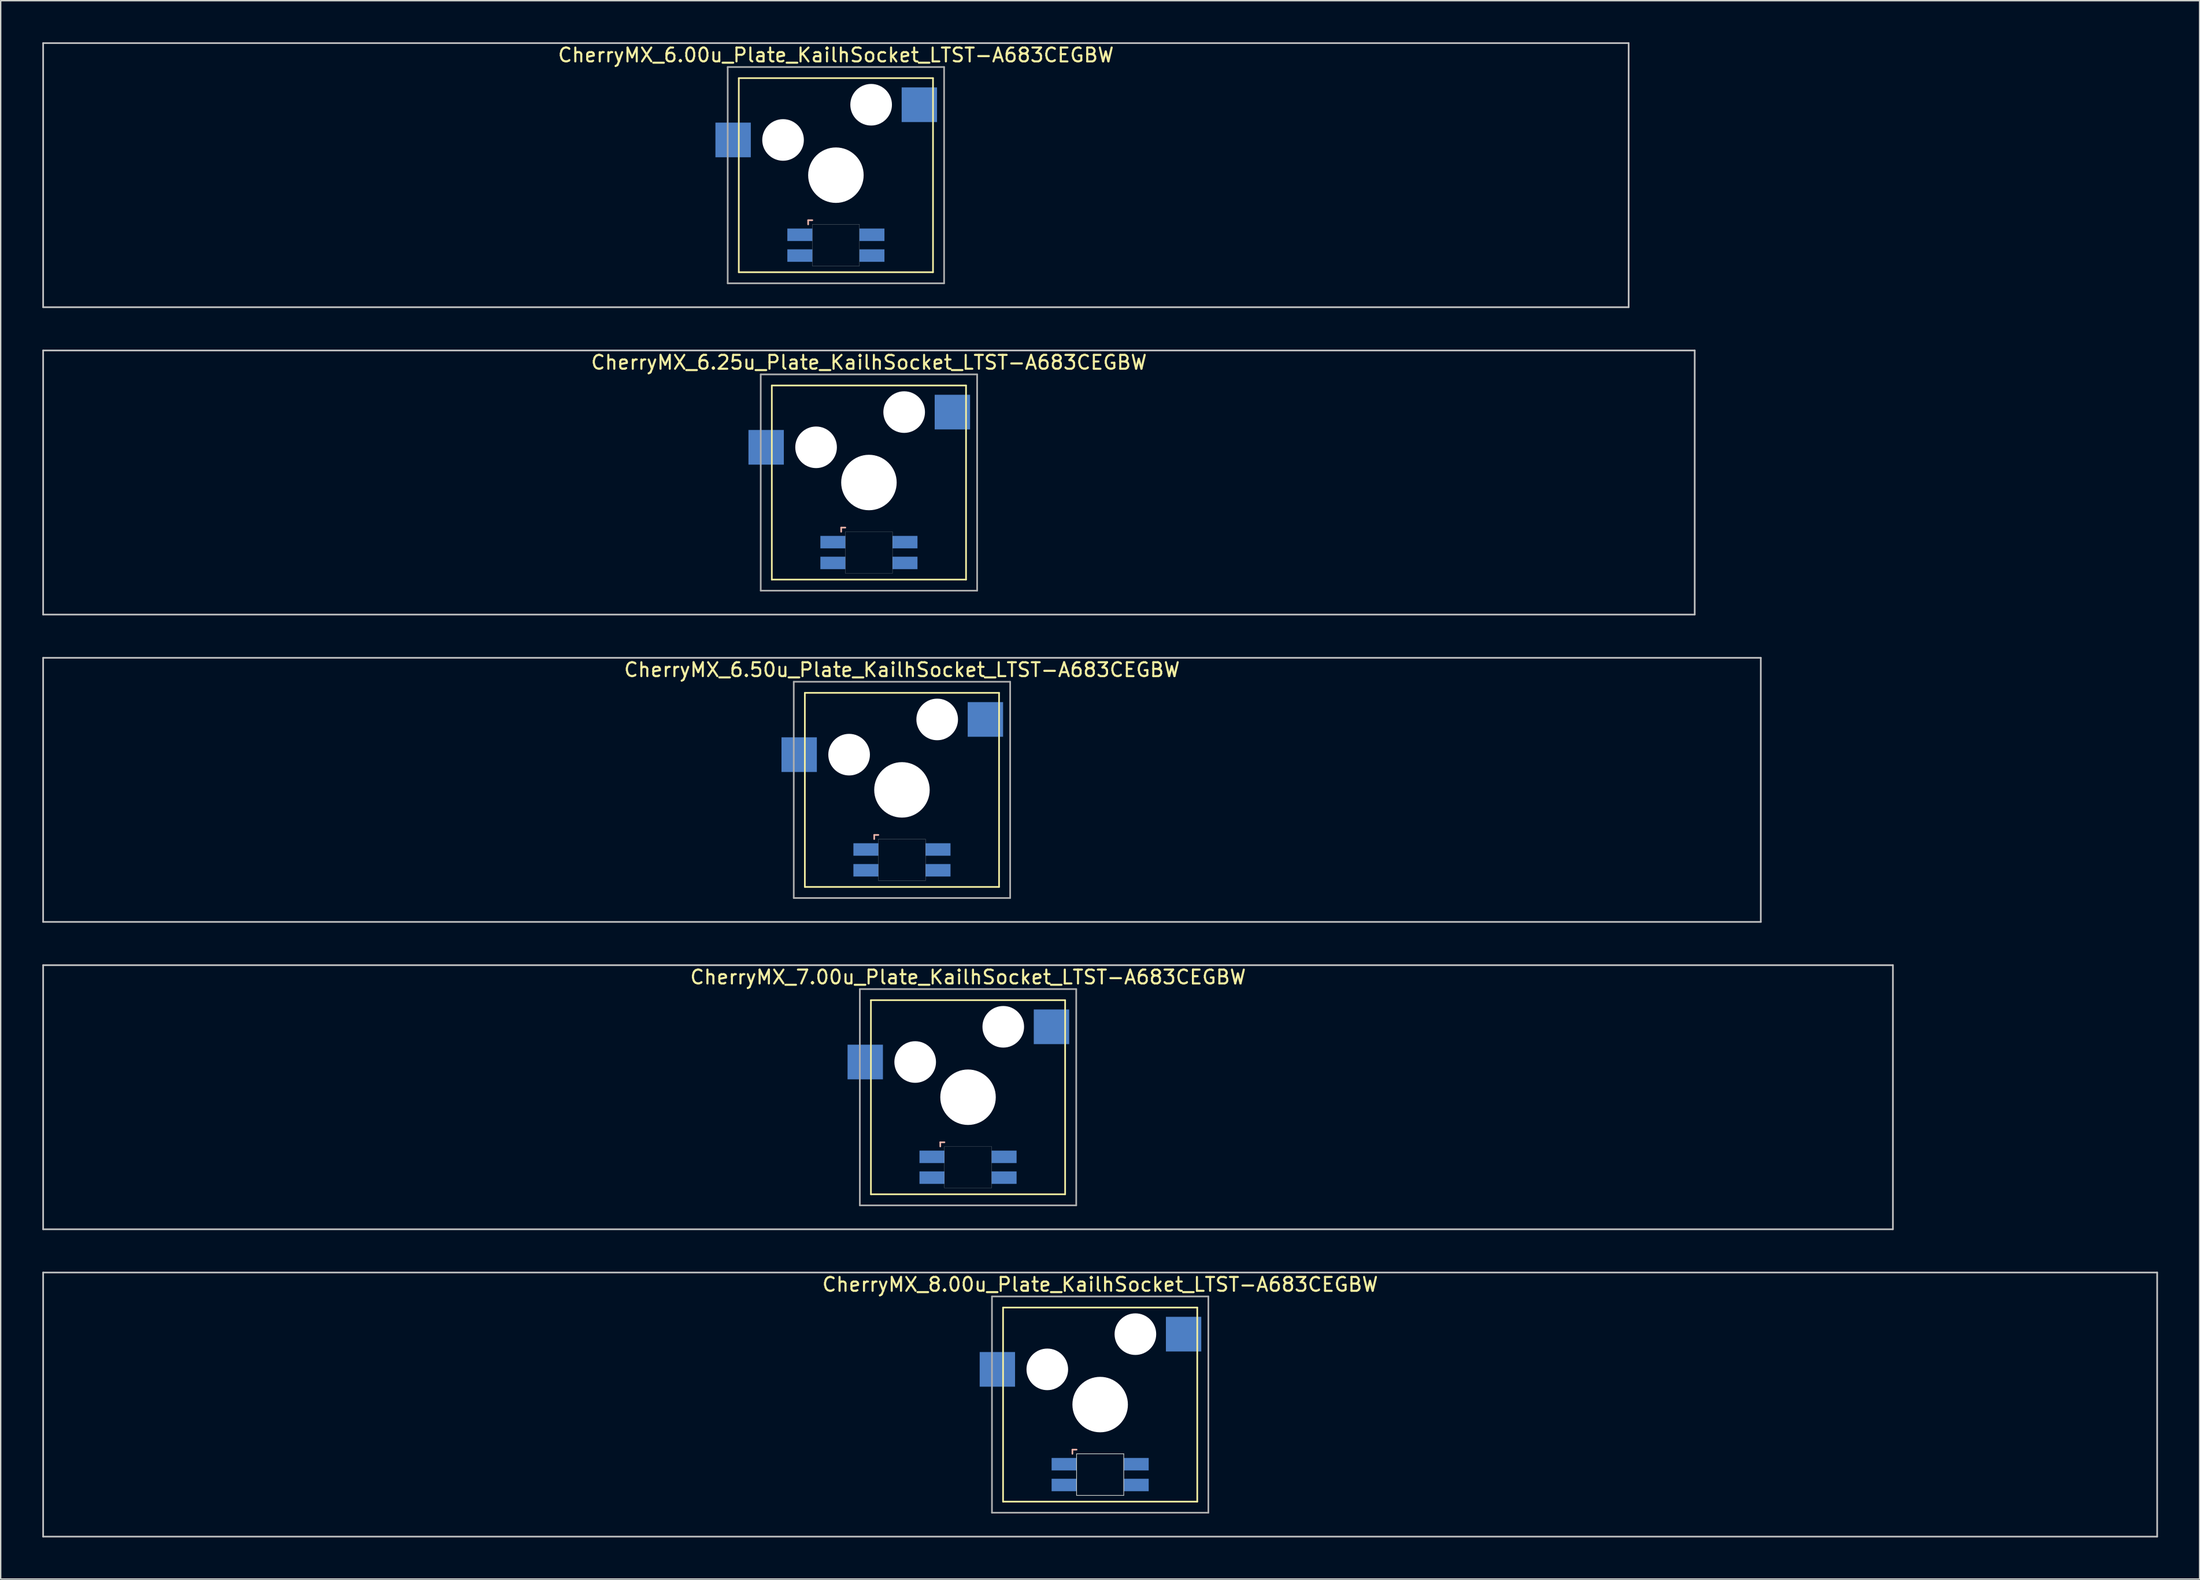
<source format=kicad_pcb>
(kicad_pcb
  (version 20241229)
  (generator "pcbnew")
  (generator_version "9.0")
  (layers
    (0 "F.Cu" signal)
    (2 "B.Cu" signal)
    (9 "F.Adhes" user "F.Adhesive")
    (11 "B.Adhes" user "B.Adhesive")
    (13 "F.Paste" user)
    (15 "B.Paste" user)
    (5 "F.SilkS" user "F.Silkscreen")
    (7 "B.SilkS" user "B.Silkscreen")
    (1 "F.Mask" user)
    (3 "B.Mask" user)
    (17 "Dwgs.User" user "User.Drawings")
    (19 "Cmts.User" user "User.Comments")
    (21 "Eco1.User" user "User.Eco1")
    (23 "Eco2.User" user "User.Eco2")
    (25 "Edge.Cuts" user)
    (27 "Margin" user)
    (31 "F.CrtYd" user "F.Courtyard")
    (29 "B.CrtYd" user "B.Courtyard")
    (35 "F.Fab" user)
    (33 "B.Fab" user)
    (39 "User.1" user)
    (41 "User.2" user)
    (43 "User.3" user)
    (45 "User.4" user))
  (footprint "CherryMX_8.00u_Plate_KailhSocket_LTST-A683CEGBW"
    (layer "F.Cu")
    (at 76.26 98.265)
    (property "Reference" "CherryMX_8.00u_Plate_KailhSocket_LTST-A683CEGBW" (at 0 -8.662 0) (layer "F.SilkS") (effects (font (size 1 1) (thickness 0.15))))
    (attr through_hole)
    (fp_line (start -7 -7) (end -7 7) (stroke (width 0.12) (type solid)) (layer "F.SilkS"))
    (fp_line (start -7 -7) (end 7 -7) (stroke (width 0.12) (type solid)) (layer "F.SilkS"))
    (fp_line (start 7 -7) (end 7 7) (stroke (width 0.12) (type solid)) (layer "F.SilkS"))
    (fp_line (start 7 7) (end -7 7) (stroke (width 0.12) (type solid)) (layer "F.SilkS"))
    (fp_line (start -2 3.25) (end -2 3.55) (stroke (width 0.12) (type solid)) (layer "B.SilkS"))
    (fp_line (start -1.7 3.25) (end -2 3.25) (stroke (width 0.12) (type solid)) (layer "B.SilkS"))
    (fp_line (start -76.2 -9.525) (end 76.2 -9.525) (stroke (width 0.12) (type solid)) (layer "Dwgs.User"))
    (fp_line (start -76.2 9.525) (end -76.2 -9.525) (stroke (width 0.12) (type solid)) (layer "Dwgs.User"))
    (fp_line (start 76.2 -9.525) (end 76.2 9.525) (stroke (width 0.12) (type solid)) (layer "Dwgs.User"))
    (fp_line (start 76.2 9.525) (end -76.2 9.525) (stroke (width 0.12) (type solid)) (layer "Dwgs.User"))
    (fp_line (start -1.7 3.55) (end 1.7 3.55) (stroke (width 0.05) (type solid)) (layer "Edge.Cuts"))
    (fp_line (start -1.7 6.55) (end -1.7 3.55) (stroke (width 0.05) (type solid)) (layer "Edge.Cuts"))
    (fp_line (start 1.7 3.55) (end 1.7 6.55) (stroke (width 0.05) (type solid)) (layer "Edge.Cuts"))
    (fp_line (start 1.7 6.55) (end -1.7 6.55) (stroke (width 0.05) (type solid)) (layer "Edge.Cuts"))
    (fp_line (start -7.8 -7.8) (end -7.8 7.8) (stroke (width 0.12) (type solid)) (layer "F.Fab"))
    (fp_line (start -7.8 -7.8) (end 7.8 -7.8) (stroke (width 0.12) (type solid)) (layer "F.Fab"))
    (fp_line (start -7.8 7.8) (end 7.8 7.8) (stroke (width 0.12) (type solid)) (layer "F.Fab"))
    (fp_line (start 7.8 -7.8) (end 7.8 7.8) (stroke (width 0.12) (type solid)) (layer "F.Fab"))
    (pad "" np_thru_hole circle (at -3.81 -2.54) (size 3 3) (drill 3) (layers "*.Cu" "*.Mask"))
    (pad "" np_thru_hole circle (at 0 0) (size 4 4) (drill 4) (layers "*.Cu" "*.Mask"))
    (pad "" np_thru_hole circle (at 2.54 -5.08) (size 3 3) (drill 3) (layers "*.Cu" "*.Mask"))
    (pad "1" smd rect (at -7.41 -2.54) (size 2.55 2.5) (layers "B.Cu" "B.Mask" "B.Paste"))
    (pad "2" smd rect (at 6.015 -5.08) (size 2.55 2.5) (layers "B.Cu" "B.Mask" "B.Paste"))
    (pad "3" smd rect (at -2.6 4.3) (size 1.8 0.9) (layers "B.Cu" "B.Mask" "B.Paste"))
    (pad "4" smd rect (at -2.6 5.8) (size 1.8 0.9) (layers "B.Cu" "B.Mask" "B.Paste"))
    (pad "5" smd rect (at 2.6 4.3) (size 1.8 0.9) (layers "B.Cu" "B.Mask" "B.Paste"))
    (pad "6" smd rect (at 2.6 5.8) (size 1.8 0.9) (layers "B.Cu" "B.Mask" "B.Paste")))
  (footprint "CherryMX_6.00u_Plate_KailhSocket_LTST-A683CEGBW"
    (layer "F.Cu")
    (at 57.21 9.585)
    (property "Reference" "CherryMX_6.00u_Plate_KailhSocket_LTST-A683CEGBW" (at 0 -8.662 0) (layer "F.SilkS") (effects (font (size 1 1) (thickness 0.15))))
    (attr through_hole)
    (fp_line (start -7 -7) (end -7 7) (stroke (width 0.12) (type solid)) (layer "F.SilkS"))
    (fp_line (start -7 -7) (end 7 -7) (stroke (width 0.12) (type solid)) (layer "F.SilkS"))
    (fp_line (start 7 -7) (end 7 7) (stroke (width 0.12) (type solid)) (layer "F.SilkS"))
    (fp_line (start 7 7) (end -7 7) (stroke (width 0.12) (type solid)) (layer "F.SilkS"))
    (fp_line (start -2 3.25) (end -2 3.55) (stroke (width 0.12) (type solid)) (layer "B.SilkS"))
    (fp_line (start -1.7 3.25) (end -2 3.25) (stroke (width 0.12) (type solid)) (layer "B.SilkS"))
    (fp_line (start -57.15 -9.525) (end 57.15 -9.525) (stroke (width 0.12) (type solid)) (layer "Dwgs.User"))
    (fp_line (start -57.15 9.525) (end -57.15 -9.525) (stroke (width 0.12) (type solid)) (layer "Dwgs.User"))
    (fp_line (start 57.15 -9.525) (end 57.15 9.525) (stroke (width 0.12) (type solid)) (layer "Dwgs.User"))
    (fp_line (start 57.15 9.525) (end -57.15 9.525) (stroke (width 0.12) (type solid)) (layer "Dwgs.User"))
    (fp_poly (pts (xy 1.7 6.55) (xy -1.7 6.55) (xy -1.7 3.55) (xy 1.7 3.55)) (stroke (width 0.01) (type solid)) (fill no) (layer "Edge.Cuts"))
    (fp_line (start -7.8 -7.8) (end -7.8 7.8) (stroke (width 0.12) (type solid)) (layer "F.Fab"))
    (fp_line (start -7.8 -7.8) (end 7.8 -7.8) (stroke (width 0.12) (type solid)) (layer "F.Fab"))
    (fp_line (start -7.8 7.8) (end 7.8 7.8) (stroke (width 0.12) (type solid)) (layer "F.Fab"))
    (fp_line (start 7.8 -7.8) (end 7.8 7.8) (stroke (width 0.12) (type solid)) (layer "F.Fab"))
    (pad "" np_thru_hole circle (at -3.81 -2.54) (size 3 3) (drill 3) (layers "*.Cu" "*.Mask"))
    (pad "" np_thru_hole circle (at 0 0) (size 4 4) (drill 4) (layers "*.Cu" "*.Mask"))
    (pad "" np_thru_hole circle (at 2.54 -5.08) (size 3 3) (drill 3) (layers "*.Cu" "*.Mask"))
    (pad "1" smd rect (at -7.41 -2.54) (size 2.55 2.5) (layers "B.Cu" "B.Mask" "B.Paste"))
    (pad "2" smd rect (at 6.015 -5.08) (size 2.55 2.5) (layers "B.Cu" "B.Mask" "B.Paste"))
    (pad "3" smd rect (at -2.6 4.3) (size 1.8 0.9) (layers "B.Cu" "B.Mask" "B.Paste"))
    (pad "4" smd rect (at -2.6 5.8) (size 1.8 0.9) (layers "B.Cu" "B.Mask" "B.Paste"))
    (pad "5" smd rect (at 2.6 4.3) (size 1.8 0.9) (layers "B.Cu" "B.Mask" "B.Paste"))
    (pad "6" smd rect (at 2.6 5.8) (size 1.8 0.9) (layers "B.Cu" "B.Mask" "B.Paste")))
  (footprint "CherryMX_7.00u_Plate_KailhSocket_LTST-A683CEGBW"
    (layer "F.Cu")
    (at 66.735 76.095)
    (property "Reference" "CherryMX_7.00u_Plate_KailhSocket_LTST-A683CEGBW" (at 0 -8.662 0) (layer "F.SilkS") (effects (font (size 1 1) (thickness 0.15))))
    (attr through_hole)
    (fp_line (start -7 -7) (end -7 7) (stroke (width 0.12) (type solid)) (layer "F.SilkS"))
    (fp_line (start -7 -7) (end 7 -7) (stroke (width 0.12) (type solid)) (layer "F.SilkS"))
    (fp_line (start 7 -7) (end 7 7) (stroke (width 0.12) (type solid)) (layer "F.SilkS"))
    (fp_line (start 7 7) (end -7 7) (stroke (width 0.12) (type solid)) (layer "F.SilkS"))
    (fp_line (start -2 3.25) (end -2 3.55) (stroke (width 0.12) (type solid)) (layer "B.SilkS"))
    (fp_line (start -1.7 3.25) (end -2 3.25) (stroke (width 0.12) (type solid)) (layer "B.SilkS"))
    (fp_line (start -66.675 -9.525) (end 66.675 -9.525) (stroke (width 0.12) (type solid)) (layer "Dwgs.User"))
    (fp_line (start -66.675 9.525) (end -66.675 -9.525) (stroke (width 0.12) (type solid)) (layer "Dwgs.User"))
    (fp_line (start 66.675 -9.525) (end 66.675 9.525) (stroke (width 0.12) (type solid)) (layer "Dwgs.User"))
    (fp_line (start 66.675 9.525) (end -66.675 9.525) (stroke (width 0.12) (type solid)) (layer "Dwgs.User"))
    (fp_poly (pts (xy 1.7 6.55) (xy -1.7 6.55) (xy -1.7 3.55) (xy 1.7 3.55)) (stroke (width 0.01) (type solid)) (fill no) (layer "Edge.Cuts"))
    (fp_line (start -7.8 -7.8) (end -7.8 7.8) (stroke (width 0.12) (type solid)) (layer "F.Fab"))
    (fp_line (start -7.8 -7.8) (end 7.8 -7.8) (stroke (width 0.12) (type solid)) (layer "F.Fab"))
    (fp_line (start -7.8 7.8) (end 7.8 7.8) (stroke (width 0.12) (type solid)) (layer "F.Fab"))
    (fp_line (start 7.8 -7.8) (end 7.8 7.8) (stroke (width 0.12) (type solid)) (layer "F.Fab"))
    (pad "" np_thru_hole circle (at -3.81 -2.54) (size 3 3) (drill 3) (layers "*.Cu" "*.Mask"))
    (pad "" np_thru_hole circle (at 0 0) (size 4 4) (drill 4) (layers "*.Cu" "*.Mask"))
    (pad "" np_thru_hole circle (at 2.54 -5.08) (size 3 3) (drill 3) (layers "*.Cu" "*.Mask"))
    (pad "1" smd rect (at -7.41 -2.54) (size 2.55 2.5) (layers "B.Cu" "B.Mask" "B.Paste"))
    (pad "2" smd rect (at 6.015 -5.08) (size 2.55 2.5) (layers "B.Cu" "B.Mask" "B.Paste"))
    (pad "3" smd rect (at -2.6 4.3) (size 1.8 0.9) (layers "B.Cu" "B.Mask" "B.Paste"))
    (pad "4" smd rect (at -2.6 5.8) (size 1.8 0.9) (layers "B.Cu" "B.Mask" "B.Paste"))
    (pad "5" smd rect (at 2.6 4.3) (size 1.8 0.9) (layers "B.Cu" "B.Mask" "B.Paste"))
    (pad "6" smd rect (at 2.6 5.8) (size 1.8 0.9) (layers "B.Cu" "B.Mask" "B.Paste")))
  (footprint "CherryMX_6.25u_Plate_KailhSocket_LTST-A683CEGBW"
    (layer "F.Cu")
    (at 59.591 31.755)
    (property "Reference" "CherryMX_6.25u_Plate_KailhSocket_LTST-A683CEGBW" (at 0 -8.662 0) (layer "F.SilkS") (effects (font (size 1 1) (thickness 0.15))))
    (attr through_hole)
    (fp_line (start -7 -7) (end -7 7) (stroke (width 0.12) (type solid)) (layer "F.SilkS"))
    (fp_line (start -7 -7) (end 7 -7) (stroke (width 0.12) (type solid)) (layer "F.SilkS"))
    (fp_line (start 7 -7) (end 7 7) (stroke (width 0.12) (type solid)) (layer "F.SilkS"))
    (fp_line (start 7 7) (end -7 7) (stroke (width 0.12) (type solid)) (layer "F.SilkS"))
    (fp_line (start -2 3.25) (end -2 3.55) (stroke (width 0.12) (type solid)) (layer "B.SilkS"))
    (fp_line (start -1.7 3.25) (end -2 3.25) (stroke (width 0.12) (type solid)) (layer "B.SilkS"))
    (fp_line (start -59.531 -9.525) (end 59.531 -9.525) (stroke (width 0.12) (type solid)) (layer "Dwgs.User"))
    (fp_line (start -59.531 9.525) (end -59.531 -9.525) (stroke (width 0.12) (type solid)) (layer "Dwgs.User"))
    (fp_line (start 59.531 -9.525) (end 59.531 9.525) (stroke (width 0.12) (type solid)) (layer "Dwgs.User"))
    (fp_line (start 59.531 9.525) (end -59.531 9.525) (stroke (width 0.12) (type solid)) (layer "Dwgs.User"))
    (fp_poly (pts (xy 1.7 6.55) (xy -1.7 6.55) (xy -1.7 3.55) (xy 1.7 3.55)) (stroke (width 0.01) (type solid)) (fill no) (layer "Edge.Cuts"))
    (fp_line (start -7.8 -7.8) (end -7.8 7.8) (stroke (width 0.12) (type solid)) (layer "F.Fab"))
    (fp_line (start -7.8 -7.8) (end 7.8 -7.8) (stroke (width 0.12) (type solid)) (layer "F.Fab"))
    (fp_line (start -7.8 7.8) (end 7.8 7.8) (stroke (width 0.12) (type solid)) (layer "F.Fab"))
    (fp_line (start 7.8 -7.8) (end 7.8 7.8) (stroke (width 0.12) (type solid)) (layer "F.Fab"))
    (pad "" np_thru_hole circle (at -3.81 -2.54) (size 3 3) (drill 3) (layers "*.Cu" "*.Mask"))
    (pad "" np_thru_hole circle (at 0 0) (size 4 4) (drill 4) (layers "*.Cu" "*.Mask"))
    (pad "" np_thru_hole circle (at 2.54 -5.08) (size 3 3) (drill 3) (layers "*.Cu" "*.Mask"))
    (pad "1" smd rect (at -7.41 -2.54) (size 2.55 2.5) (layers "B.Cu" "B.Mask" "B.Paste"))
    (pad "2" smd rect (at 6.015 -5.08) (size 2.55 2.5) (layers "B.Cu" "B.Mask" "B.Paste"))
    (pad "3" smd rect (at -2.6 4.3) (size 1.8 0.9) (layers "B.Cu" "B.Mask" "B.Paste"))
    (pad "4" smd rect (at -2.6 5.8) (size 1.8 0.9) (layers "B.Cu" "B.Mask" "B.Paste"))
    (pad "5" smd rect (at 2.6 4.3) (size 1.8 0.9) (layers "B.Cu" "B.Mask" "B.Paste"))
    (pad "6" smd rect (at 2.6 5.8) (size 1.8 0.9) (layers "B.Cu" "B.Mask" "B.Paste")))
  (footprint "CherryMX_6.50u_Plate_KailhSocket_LTST-A683CEGBW"
    (layer "F.Cu")
    (at 61.972 53.925)
    (property "Reference" "CherryMX_6.50u_Plate_KailhSocket_LTST-A683CEGBW" (at 0 -8.662 0) (layer "F.SilkS") (effects (font (size 1 1) (thickness 0.15))))
    (attr through_hole)
    (fp_line (start -7 -7) (end -7 7) (stroke (width 0.12) (type solid)) (layer "F.SilkS"))
    (fp_line (start -7 -7) (end 7 -7) (stroke (width 0.12) (type solid)) (layer "F.SilkS"))
    (fp_line (start 7 -7) (end 7 7) (stroke (width 0.12) (type solid)) (layer "F.SilkS"))
    (fp_line (start 7 7) (end -7 7) (stroke (width 0.12) (type solid)) (layer "F.SilkS"))
    (fp_line (start -2 3.25) (end -2 3.55) (stroke (width 0.12) (type solid)) (layer "B.SilkS"))
    (fp_line (start -1.7 3.25) (end -2 3.25) (stroke (width 0.12) (type solid)) (layer "B.SilkS"))
    (fp_line (start -61.913 -9.525) (end 61.913 -9.525) (stroke (width 0.12) (type solid)) (layer "Dwgs.User"))
    (fp_line (start -61.913 9.525) (end -61.913 -9.525) (stroke (width 0.12) (type solid)) (layer "Dwgs.User"))
    (fp_line (start 61.913 -9.525) (end 61.913 9.525) (stroke (width 0.12) (type solid)) (layer "Dwgs.User"))
    (fp_line (start 61.913 9.525) (end -61.913 9.525) (stroke (width 0.12) (type solid)) (layer "Dwgs.User"))
    (fp_poly (pts (xy 1.7 6.55) (xy -1.7 6.55) (xy -1.7 3.55) (xy 1.7 3.55)) (stroke (width 0.01) (type solid)) (fill no) (layer "Edge.Cuts"))
    (fp_line (start -7.8 -7.8) (end -7.8 7.8) (stroke (width 0.12) (type solid)) (layer "F.Fab"))
    (fp_line (start -7.8 -7.8) (end 7.8 -7.8) (stroke (width 0.12) (type solid)) (layer "F.Fab"))
    (fp_line (start -7.8 7.8) (end 7.8 7.8) (stroke (width 0.12) (type solid)) (layer "F.Fab"))
    (fp_line (start 7.8 -7.8) (end 7.8 7.8) (stroke (width 0.12) (type solid)) (layer "F.Fab"))
    (pad "" np_thru_hole circle (at -3.81 -2.54) (size 3 3) (drill 3) (layers "*.Cu" "*.Mask"))
    (pad "" np_thru_hole circle (at 0 0) (size 4 4) (drill 4) (layers "*.Cu" "*.Mask"))
    (pad "" np_thru_hole circle (at 2.54 -5.08) (size 3 3) (drill 3) (layers "*.Cu" "*.Mask"))
    (pad "1" smd rect (at -7.41 -2.54) (size 2.55 2.5) (layers "B.Cu" "B.Mask" "B.Paste"))
    (pad "2" smd rect (at 6.015 -5.08) (size 2.55 2.5) (layers "B.Cu" "B.Mask" "B.Paste"))
    (pad "3" smd rect (at -2.6 4.3) (size 1.8 0.9) (layers "B.Cu" "B.Mask" "B.Paste"))
    (pad "4" smd rect (at -2.6 5.8) (size 1.8 0.9) (layers "B.Cu" "B.Mask" "B.Paste"))
    (pad "5" smd rect (at 2.6 4.3) (size 1.8 0.9) (layers "B.Cu" "B.Mask" "B.Paste"))
    (pad "6" smd rect (at 2.6 5.8) (size 1.8 0.9) (layers "B.Cu" "B.Mask" "B.Paste")))
  (gr_rect
    (start -3 -3)
    (end 155.52 110.85)
    (stroke (width 0.1) (type default))
    (fill no)
    (layer "Edge.Cuts")))
</source>
